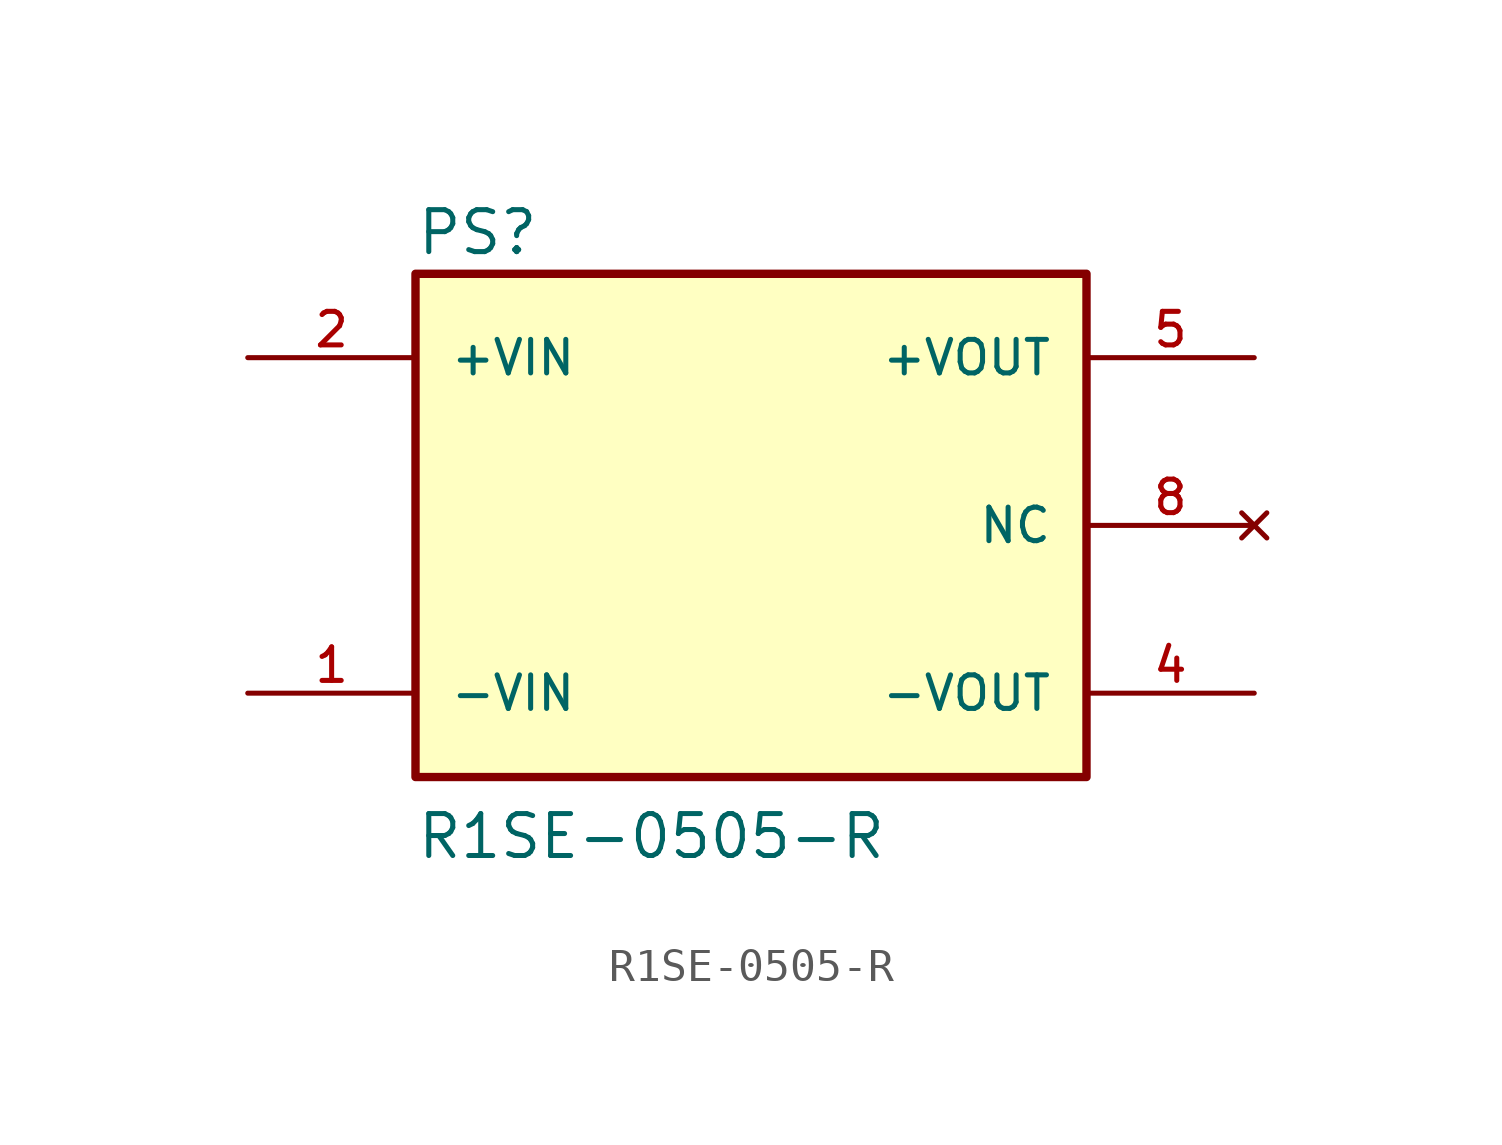
<source format=kicad_sym>
(kicad_symbol_lib
  (version 20211014)
  (generator kicad_symbol_editor)
  (symbol "R1SE-0505-R"
    (pin_names
      (offset 1.016))
    (property "Reference" "PS"
      (at -10.16 8.128 0)
      (effects (font (size 1.27 1.27)) (justify bottom left)))
    (property "Value" "R1SE-0505-R"
      (at -10.16 -10.16 0)
      (effects (font (size 1.27 1.27)) (justify bottom left)))
    (symbol "R1SE-0505-R_0_0"
      (rectangle (start -10.16 -7.62) (end 10.16 7.62) (stroke (width 0.254)) (fill (type background)))
      (pin input line (at -15.24 5.08 0) (length 5.08) (name "+VIN" (effects (font (size 1.016 1.016)))) (number "2" (effects (font (size 1.016 1.016)))))
      (pin output line (at 15.24 5.08 180.0) (length 5.08) (name "+VOUT" (effects (font (size 1.016 1.016)))) (number "5" (effects (font (size 1.016 1.016)))))
      (pin no_connect line (at 15.24 0.0 180.0) (length 5.08) (name "NC" (effects (font (size 1.016 1.016)))) (number "8" (effects (font (size 1.016 1.016)))))
      (pin input line (at -15.24 -5.08 0) (length 5.08) (name "-VIN" (effects (font (size 1.016 1.016)))) (number "1" (effects (font (size 1.016 1.016)))))
      (pin output line (at 15.24 -5.08 180.0) (length 5.08) (name "-VOUT" (effects (font (size 1.016 1.016)))) (number "4" (effects (font (size 1.016 1.016))))))))
</source>
